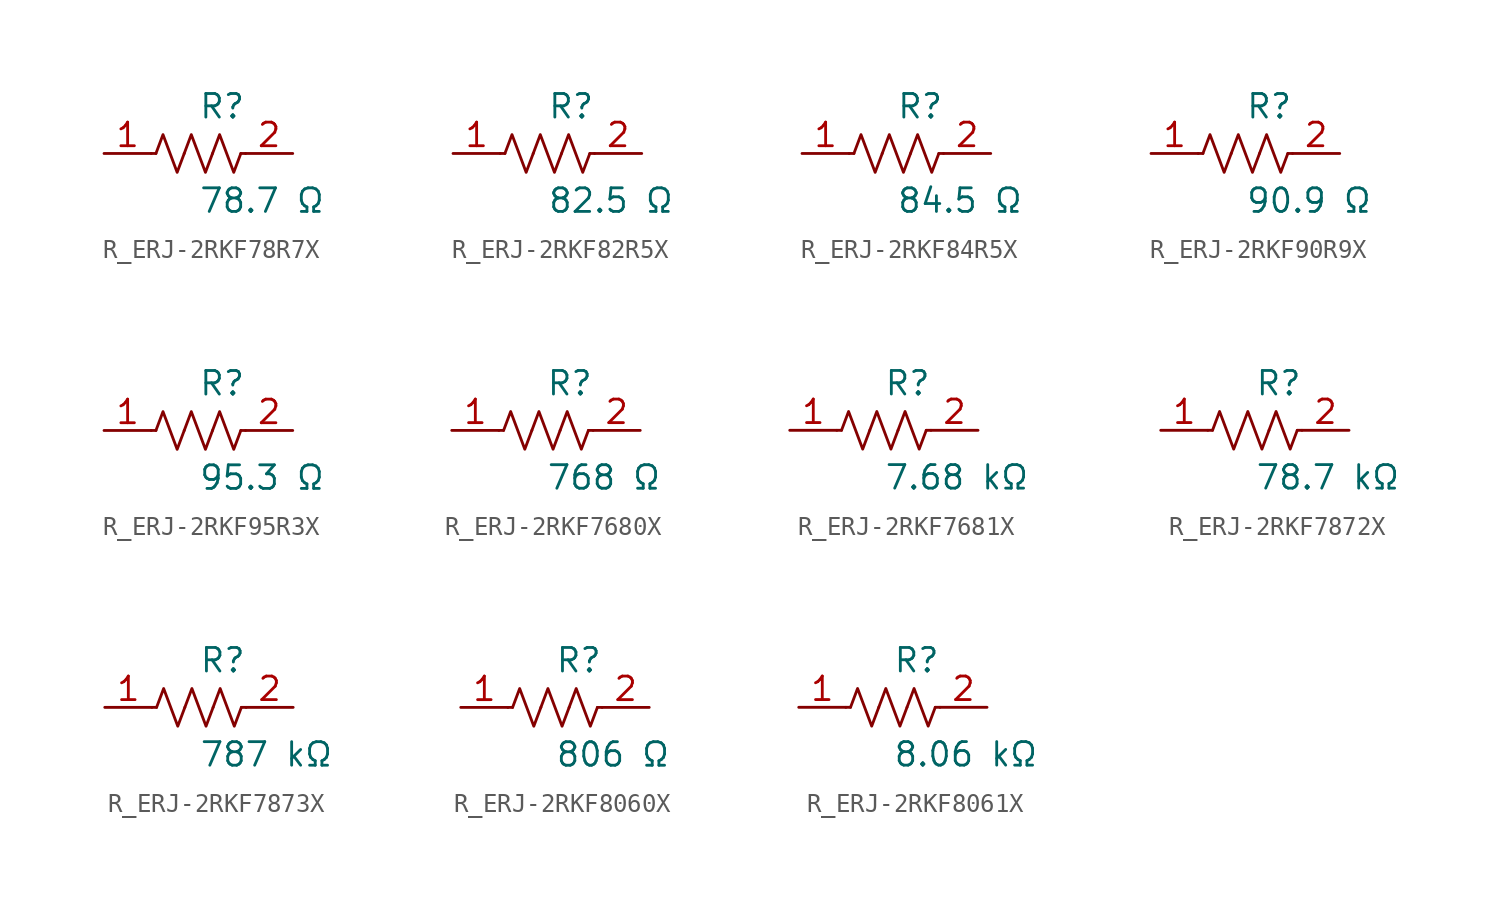
<source format=kicad_sym>
(kicad_symbol_lib
  (version 20231120)
  (generator kicad_symbol_editor)
  (generator_version 8.0)
  (symbol "R_ERJ-2RKF78R7X"
    (pin_names
      (offset 0.254))
    (property "Reference" "R"
      (at 0.0 2.54 0)
      (effects (font (size 1.27 1.27)) (justify left)))
    (property "Value" "78.7 Ω"
      (at 0.0 -2.54 0)
      (effects (font (size 1.27 1.27)) (justify left)))
    (symbol "R_ERJ-2RKF78R7X_0_1"
      (polyline (pts (xy 2.286 0) (xy 2.54 0)) (stroke (width 0) (type default)) (fill (type none)))
      (polyline (pts (xy -2.286 0) (xy -2.54 0)) (stroke (width 0) (type default)) (fill (type none)))
      (polyline (pts (xy 0.762 0) (xy 1.143 1.016) (xy 1.524 0) (xy 1.905 -1.016) (xy 2.286 0)) (stroke (width 0) (type default)) (fill (type none)))
      (polyline (pts (xy -0.762 0) (xy -0.381 1.016) (xy 0 0) (xy 0.381 -1.016) (xy 0.762 0)) (stroke (width 0) (type default)) (fill (type none)))
      (polyline (pts (xy -2.286 0) (xy -1.905 1.016) (xy -1.524 0) (xy -1.143 -1.016) (xy -0.762 0)) (stroke (width 0) (type default)) (fill (type none))))
    (pin unspecified line
      (at -5.08 0 0)
      (length 2.54)
      (name "" (effects (font (size 1.27 1.27))))
      (number "1" (effects (font (size 1.27 1.27)))))
    (pin unspecified line
      (at 5.08 0 180)
      (length 2.54)
      (name "" (effects (font (size 1.27 1.27))))
      (number "2" (effects (font (size 1.27 1.27))))))
  (symbol "R_ERJ-2RKF82R5X"
    (pin_names
      (offset 0.254))
    (property "Reference" "R"
      (at 0.0 2.54 0)
      (effects (font (size 1.27 1.27)) (justify left)))
    (property "Value" "82.5 Ω"
      (at 0.0 -2.54 0)
      (effects (font (size 1.27 1.27)) (justify left)))
    (symbol "R_ERJ-2RKF82R5X_0_1"
      (polyline (pts (xy 2.286 0) (xy 2.54 0)) (stroke (width 0) (type default)) (fill (type none)))
      (polyline (pts (xy -2.286 0) (xy -2.54 0)) (stroke (width 0) (type default)) (fill (type none)))
      (polyline (pts (xy 0.762 0) (xy 1.143 1.016) (xy 1.524 0) (xy 1.905 -1.016) (xy 2.286 0)) (stroke (width 0) (type default)) (fill (type none)))
      (polyline (pts (xy -0.762 0) (xy -0.381 1.016) (xy 0 0) (xy 0.381 -1.016) (xy 0.762 0)) (stroke (width 0) (type default)) (fill (type none)))
      (polyline (pts (xy -2.286 0) (xy -1.905 1.016) (xy -1.524 0) (xy -1.143 -1.016) (xy -0.762 0)) (stroke (width 0) (type default)) (fill (type none))))
    (pin unspecified line
      (at -5.08 0 0)
      (length 2.54)
      (name "" (effects (font (size 1.27 1.27))))
      (number "1" (effects (font (size 1.27 1.27)))))
    (pin unspecified line
      (at 5.08 0 180)
      (length 2.54)
      (name "" (effects (font (size 1.27 1.27))))
      (number "2" (effects (font (size 1.27 1.27))))))
  (symbol "R_ERJ-2RKF84R5X"
    (pin_names
      (offset 0.254))
    (property "Reference" "R"
      (at 0.0 2.54 0)
      (effects (font (size 1.27 1.27)) (justify left)))
    (property "Value" "84.5 Ω"
      (at 0.0 -2.54 0)
      (effects (font (size 1.27 1.27)) (justify left)))
    (symbol "R_ERJ-2RKF84R5X_0_1"
      (polyline (pts (xy 2.286 0) (xy 2.54 0)) (stroke (width 0) (type default)) (fill (type none)))
      (polyline (pts (xy -2.286 0) (xy -2.54 0)) (stroke (width 0) (type default)) (fill (type none)))
      (polyline (pts (xy 0.762 0) (xy 1.143 1.016) (xy 1.524 0) (xy 1.905 -1.016) (xy 2.286 0)) (stroke (width 0) (type default)) (fill (type none)))
      (polyline (pts (xy -0.762 0) (xy -0.381 1.016) (xy 0 0) (xy 0.381 -1.016) (xy 0.762 0)) (stroke (width 0) (type default)) (fill (type none)))
      (polyline (pts (xy -2.286 0) (xy -1.905 1.016) (xy -1.524 0) (xy -1.143 -1.016) (xy -0.762 0)) (stroke (width 0) (type default)) (fill (type none))))
    (pin unspecified line
      (at -5.08 0 0)
      (length 2.54)
      (name "" (effects (font (size 1.27 1.27))))
      (number "1" (effects (font (size 1.27 1.27)))))
    (pin unspecified line
      (at 5.08 0 180)
      (length 2.54)
      (name "" (effects (font (size 1.27 1.27))))
      (number "2" (effects (font (size 1.27 1.27))))))
  (symbol "R_ERJ-2RKF90R9X"
    (pin_names
      (offset 0.254))
    (property "Reference" "R"
      (at 0.0 2.54 0)
      (effects (font (size 1.27 1.27)) (justify left)))
    (property "Value" "90.9 Ω"
      (at 0.0 -2.54 0)
      (effects (font (size 1.27 1.27)) (justify left)))
    (symbol "R_ERJ-2RKF90R9X_0_1"
      (polyline (pts (xy 2.286 0) (xy 2.54 0)) (stroke (width 0) (type default)) (fill (type none)))
      (polyline (pts (xy -2.286 0) (xy -2.54 0)) (stroke (width 0) (type default)) (fill (type none)))
      (polyline (pts (xy 0.762 0) (xy 1.143 1.016) (xy 1.524 0) (xy 1.905 -1.016) (xy 2.286 0)) (stroke (width 0) (type default)) (fill (type none)))
      (polyline (pts (xy -0.762 0) (xy -0.381 1.016) (xy 0 0) (xy 0.381 -1.016) (xy 0.762 0)) (stroke (width 0) (type default)) (fill (type none)))
      (polyline (pts (xy -2.286 0) (xy -1.905 1.016) (xy -1.524 0) (xy -1.143 -1.016) (xy -0.762 0)) (stroke (width 0) (type default)) (fill (type none))))
    (pin unspecified line
      (at -5.08 0 0)
      (length 2.54)
      (name "" (effects (font (size 1.27 1.27))))
      (number "1" (effects (font (size 1.27 1.27)))))
    (pin unspecified line
      (at 5.08 0 180)
      (length 2.54)
      (name "" (effects (font (size 1.27 1.27))))
      (number "2" (effects (font (size 1.27 1.27))))))
  (symbol "R_ERJ-2RKF95R3X"
    (pin_names
      (offset 0.254))
    (property "Reference" "R"
      (at 0.0 2.54 0)
      (effects (font (size 1.27 1.27)) (justify left)))
    (property "Value" "95.3 Ω"
      (at 0.0 -2.54 0)
      (effects (font (size 1.27 1.27)) (justify left)))
    (symbol "R_ERJ-2RKF95R3X_0_1"
      (polyline (pts (xy 2.286 0) (xy 2.54 0)) (stroke (width 0) (type default)) (fill (type none)))
      (polyline (pts (xy -2.286 0) (xy -2.54 0)) (stroke (width 0) (type default)) (fill (type none)))
      (polyline (pts (xy 0.762 0) (xy 1.143 1.016) (xy 1.524 0) (xy 1.905 -1.016) (xy 2.286 0)) (stroke (width 0) (type default)) (fill (type none)))
      (polyline (pts (xy -0.762 0) (xy -0.381 1.016) (xy 0 0) (xy 0.381 -1.016) (xy 0.762 0)) (stroke (width 0) (type default)) (fill (type none)))
      (polyline (pts (xy -2.286 0) (xy -1.905 1.016) (xy -1.524 0) (xy -1.143 -1.016) (xy -0.762 0)) (stroke (width 0) (type default)) (fill (type none))))
    (pin unspecified line
      (at -5.08 0 0)
      (length 2.54)
      (name "" (effects (font (size 1.27 1.27))))
      (number "1" (effects (font (size 1.27 1.27)))))
    (pin unspecified line
      (at 5.08 0 180)
      (length 2.54)
      (name "" (effects (font (size 1.27 1.27))))
      (number "2" (effects (font (size 1.27 1.27))))))
  (symbol "R_ERJ-2RKF7680X"
    (pin_names
      (offset 0.254))
    (property "Reference" "R"
      (at 0.0 2.54 0)
      (effects (font (size 1.27 1.27)) (justify left)))
    (property "Value" "768 Ω"
      (at 0.0 -2.54 0)
      (effects (font (size 1.27 1.27)) (justify left)))
    (symbol "R_ERJ-2RKF7680X_0_1"
      (polyline (pts (xy 2.286 0) (xy 2.54 0)) (stroke (width 0) (type default)) (fill (type none)))
      (polyline (pts (xy -2.286 0) (xy -2.54 0)) (stroke (width 0) (type default)) (fill (type none)))
      (polyline (pts (xy 0.762 0) (xy 1.143 1.016) (xy 1.524 0) (xy 1.905 -1.016) (xy 2.286 0)) (stroke (width 0) (type default)) (fill (type none)))
      (polyline (pts (xy -0.762 0) (xy -0.381 1.016) (xy 0 0) (xy 0.381 -1.016) (xy 0.762 0)) (stroke (width 0) (type default)) (fill (type none)))
      (polyline (pts (xy -2.286 0) (xy -1.905 1.016) (xy -1.524 0) (xy -1.143 -1.016) (xy -0.762 0)) (stroke (width 0) (type default)) (fill (type none))))
    (pin unspecified line
      (at -5.08 0 0)
      (length 2.54)
      (name "" (effects (font (size 1.27 1.27))))
      (number "1" (effects (font (size 1.27 1.27)))))
    (pin unspecified line
      (at 5.08 0 180)
      (length 2.54)
      (name "" (effects (font (size 1.27 1.27))))
      (number "2" (effects (font (size 1.27 1.27))))))
  (symbol "R_ERJ-2RKF7681X"
    (pin_names
      (offset 0.254))
    (property "Reference" "R"
      (at 0.0 2.54 0)
      (effects (font (size 1.27 1.27)) (justify left)))
    (property "Value" "7.68 kΩ"
      (at 0.0 -2.54 0)
      (effects (font (size 1.27 1.27)) (justify left)))
    (symbol "R_ERJ-2RKF7681X_0_1"
      (polyline (pts (xy 2.286 0) (xy 2.54 0)) (stroke (width 0) (type default)) (fill (type none)))
      (polyline (pts (xy -2.286 0) (xy -2.54 0)) (stroke (width 0) (type default)) (fill (type none)))
      (polyline (pts (xy 0.762 0) (xy 1.143 1.016) (xy 1.524 0) (xy 1.905 -1.016) (xy 2.286 0)) (stroke (width 0) (type default)) (fill (type none)))
      (polyline (pts (xy -0.762 0) (xy -0.381 1.016) (xy 0 0) (xy 0.381 -1.016) (xy 0.762 0)) (stroke (width 0) (type default)) (fill (type none)))
      (polyline (pts (xy -2.286 0) (xy -1.905 1.016) (xy -1.524 0) (xy -1.143 -1.016) (xy -0.762 0)) (stroke (width 0) (type default)) (fill (type none))))
    (pin unspecified line
      (at -5.08 0 0)
      (length 2.54)
      (name "" (effects (font (size 1.27 1.27))))
      (number "1" (effects (font (size 1.27 1.27)))))
    (pin unspecified line
      (at 5.08 0 180)
      (length 2.54)
      (name "" (effects (font (size 1.27 1.27))))
      (number "2" (effects (font (size 1.27 1.27))))))
  (symbol "R_ERJ-2RKF7872X"
    (pin_names
      (offset 0.254))
    (property "Reference" "R"
      (at 0.0 2.54 0)
      (effects (font (size 1.27 1.27)) (justify left)))
    (property "Value" "78.7 kΩ"
      (at 0.0 -2.54 0)
      (effects (font (size 1.27 1.27)) (justify left)))
    (symbol "R_ERJ-2RKF7872X_0_1"
      (polyline (pts (xy 2.286 0) (xy 2.54 0)) (stroke (width 0) (type default)) (fill (type none)))
      (polyline (pts (xy -2.286 0) (xy -2.54 0)) (stroke (width 0) (type default)) (fill (type none)))
      (polyline (pts (xy 0.762 0) (xy 1.143 1.016) (xy 1.524 0) (xy 1.905 -1.016) (xy 2.286 0)) (stroke (width 0) (type default)) (fill (type none)))
      (polyline (pts (xy -0.762 0) (xy -0.381 1.016) (xy 0 0) (xy 0.381 -1.016) (xy 0.762 0)) (stroke (width 0) (type default)) (fill (type none)))
      (polyline (pts (xy -2.286 0) (xy -1.905 1.016) (xy -1.524 0) (xy -1.143 -1.016) (xy -0.762 0)) (stroke (width 0) (type default)) (fill (type none))))
    (pin unspecified line
      (at -5.08 0 0)
      (length 2.54)
      (name "" (effects (font (size 1.27 1.27))))
      (number "1" (effects (font (size 1.27 1.27)))))
    (pin unspecified line
      (at 5.08 0 180)
      (length 2.54)
      (name "" (effects (font (size 1.27 1.27))))
      (number "2" (effects (font (size 1.27 1.27))))))
  (symbol "R_ERJ-2RKF7873X"
    (pin_names
      (offset 0.254))
    (property "Reference" "R"
      (at 0.0 2.54 0)
      (effects (font (size 1.27 1.27)) (justify left)))
    (property "Value" "787 kΩ"
      (at 0.0 -2.54 0)
      (effects (font (size 1.27 1.27)) (justify left)))
    (symbol "R_ERJ-2RKF7873X_0_1"
      (polyline (pts (xy 2.286 0) (xy 2.54 0)) (stroke (width 0) (type default)) (fill (type none)))
      (polyline (pts (xy -2.286 0) (xy -2.54 0)) (stroke (width 0) (type default)) (fill (type none)))
      (polyline (pts (xy 0.762 0) (xy 1.143 1.016) (xy 1.524 0) (xy 1.905 -1.016) (xy 2.286 0)) (stroke (width 0) (type default)) (fill (type none)))
      (polyline (pts (xy -0.762 0) (xy -0.381 1.016) (xy 0 0) (xy 0.381 -1.016) (xy 0.762 0)) (stroke (width 0) (type default)) (fill (type none)))
      (polyline (pts (xy -2.286 0) (xy -1.905 1.016) (xy -1.524 0) (xy -1.143 -1.016) (xy -0.762 0)) (stroke (width 0) (type default)) (fill (type none))))
    (pin unspecified line
      (at -5.08 0 0)
      (length 2.54)
      (name "" (effects (font (size 1.27 1.27))))
      (number "1" (effects (font (size 1.27 1.27)))))
    (pin unspecified line
      (at 5.08 0 180)
      (length 2.54)
      (name "" (effects (font (size 1.27 1.27))))
      (number "2" (effects (font (size 1.27 1.27))))))
  (symbol "R_ERJ-2RKF8060X"
    (pin_names
      (offset 0.254))
    (property "Reference" "R"
      (at 0.0 2.54 0)
      (effects (font (size 1.27 1.27)) (justify left)))
    (property "Value" "806 Ω"
      (at 0.0 -2.54 0)
      (effects (font (size 1.27 1.27)) (justify left)))
    (symbol "R_ERJ-2RKF8060X_0_1"
      (polyline (pts (xy 2.286 0) (xy 2.54 0)) (stroke (width 0) (type default)) (fill (type none)))
      (polyline (pts (xy -2.286 0) (xy -2.54 0)) (stroke (width 0) (type default)) (fill (type none)))
      (polyline (pts (xy 0.762 0) (xy 1.143 1.016) (xy 1.524 0) (xy 1.905 -1.016) (xy 2.286 0)) (stroke (width 0) (type default)) (fill (type none)))
      (polyline (pts (xy -0.762 0) (xy -0.381 1.016) (xy 0 0) (xy 0.381 -1.016) (xy 0.762 0)) (stroke (width 0) (type default)) (fill (type none)))
      (polyline (pts (xy -2.286 0) (xy -1.905 1.016) (xy -1.524 0) (xy -1.143 -1.016) (xy -0.762 0)) (stroke (width 0) (type default)) (fill (type none))))
    (pin unspecified line
      (at -5.08 0 0)
      (length 2.54)
      (name "" (effects (font (size 1.27 1.27))))
      (number "1" (effects (font (size 1.27 1.27)))))
    (pin unspecified line
      (at 5.08 0 180)
      (length 2.54)
      (name "" (effects (font (size 1.27 1.27))))
      (number "2" (effects (font (size 1.27 1.27))))))
  (symbol "R_ERJ-2RKF8061X"
    (pin_names
      (offset 0.254))
    (property "Reference" "R"
      (at 0.0 2.54 0)
      (effects (font (size 1.27 1.27)) (justify left)))
    (property "Value" "8.06 kΩ"
      (at 0.0 -2.54 0)
      (effects (font (size 1.27 1.27)) (justify left)))
    (symbol "R_ERJ-2RKF8061X_0_1"
      (polyline (pts (xy 2.286 0) (xy 2.54 0)) (stroke (width 0) (type default)) (fill (type none)))
      (polyline (pts (xy -2.286 0) (xy -2.54 0)) (stroke (width 0) (type default)) (fill (type none)))
      (polyline (pts (xy 0.762 0) (xy 1.143 1.016) (xy 1.524 0) (xy 1.905 -1.016) (xy 2.286 0)) (stroke (width 0) (type default)) (fill (type none)))
      (polyline (pts (xy -0.762 0) (xy -0.381 1.016) (xy 0 0) (xy 0.381 -1.016) (xy 0.762 0)) (stroke (width 0) (type default)) (fill (type none)))
      (polyline (pts (xy -2.286 0) (xy -1.905 1.016) (xy -1.524 0) (xy -1.143 -1.016) (xy -0.762 0)) (stroke (width 0) (type default)) (fill (type none))))
    (pin unspecified line
      (at -5.08 0 0)
      (length 2.54)
      (name "" (effects (font (size 1.27 1.27))))
      (number "1" (effects (font (size 1.27 1.27)))))
    (pin unspecified line
      (at 5.08 0 180)
      (length 2.54)
      (name "" (effects (font (size 1.27 1.27))))
      (number "2" (effects (font (size 1.27 1.27)))))))
</source>
